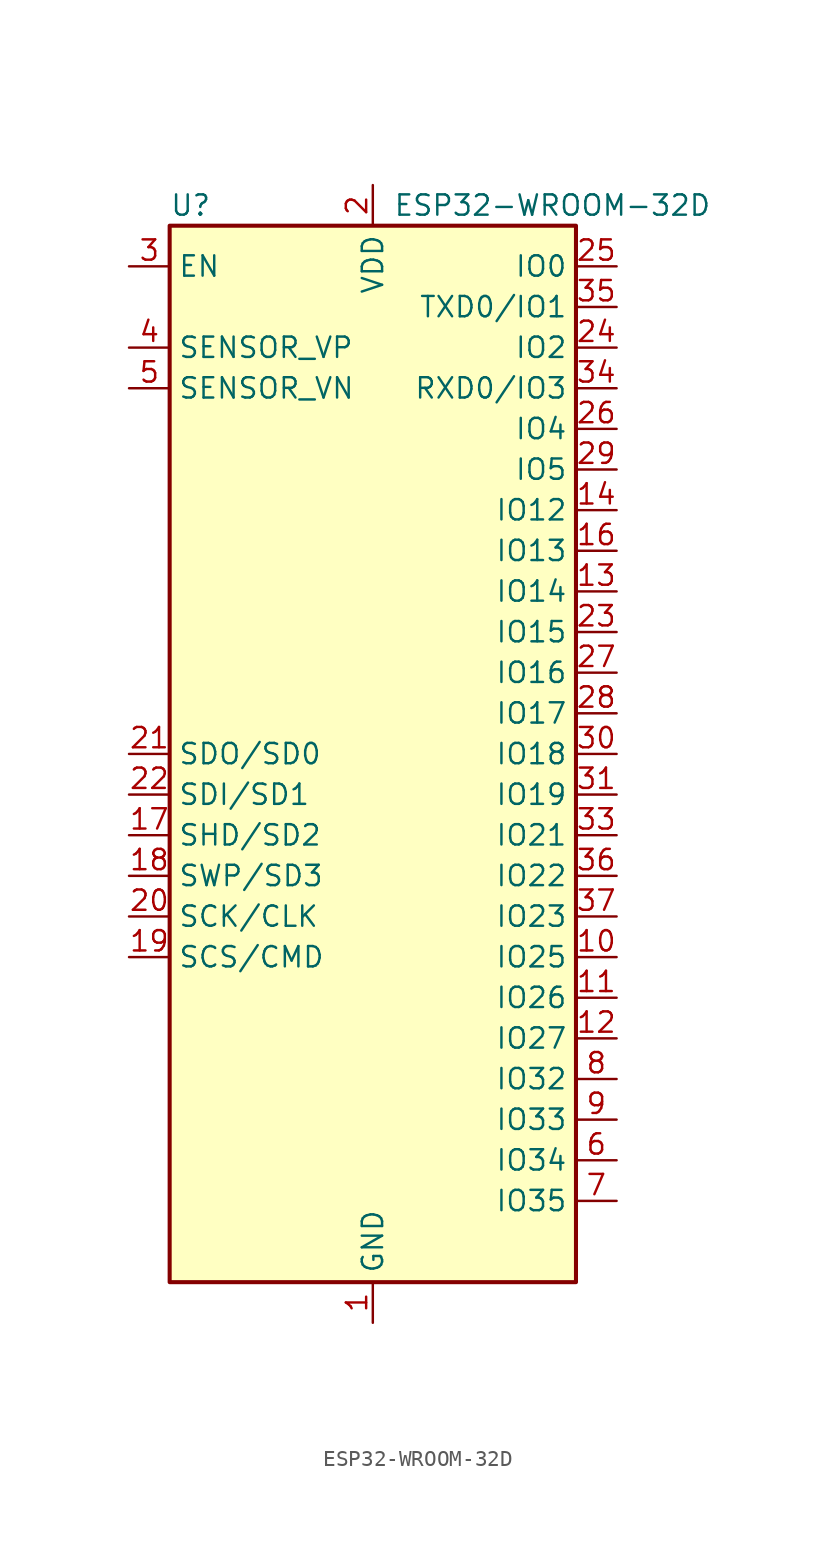
<source format=kicad_sym>
(kicad_symbol_lib
  (version 20211014)
  (generator kicad_symbol_editor)
  (symbol "ESP32-WROOM-32D"
    (property "Reference" "U"
      (at -12.7 34.29 0)
      (effects (font (size 1.27 1.27)) (justify left)))
    (property "Value" "ESP32-WROOM-32D"
      (at 1.27 34.29 0)
      (effects (font (size 1.27 1.27)) (justify left)))
    (symbol "ESP32-WROOM-32D_0_1"
      (rectangle (start -12.7 33.02) (end 12.7 -33.02) (stroke (width 0.254) (type default) (color 0 0 0 0)) (fill (type background))))
    (symbol "ESP32-WROOM-32D_1_1"
      (pin power_in line (at 0 -35.56 90) (length 2.54) (name "GND" (effects (font (size 1.27 1.27)))) (number "1" (effects (font (size 1.27 1.27)))))
      (pin bidirectional line (at 15.24 -12.7 180) (length 2.54) (name "IO25" (effects (font (size 1.27 1.27)))) (number "10" (effects (font (size 1.27 1.27)))))
      (pin bidirectional line (at 15.24 -15.24 180) (length 2.54) (name "IO26" (effects (font (size 1.27 1.27)))) (number "11" (effects (font (size 1.27 1.27)))))
      (pin bidirectional line (at 15.24 -17.78 180) (length 2.54) (name "IO27" (effects (font (size 1.27 1.27)))) (number "12" (effects (font (size 1.27 1.27)))))
      (pin bidirectional line (at 15.24 10.16 180) (length 2.54) (name "IO14" (effects (font (size 1.27 1.27)))) (number "13" (effects (font (size 1.27 1.27)))))
      (pin bidirectional line (at 15.24 15.24 180) (length 2.54) (name "IO12" (effects (font (size 1.27 1.27)))) (number "14" (effects (font (size 1.27 1.27)))))
      (pin passive line (at 0 -35.56 90) (length 2.54) hide (name "GND" (effects (font (size 1.27 1.27)))) (number "15" (effects (font (size 1.27 1.27)))))
      (pin bidirectional line (at 15.24 12.7 180) (length 2.54) (name "IO13" (effects (font (size 1.27 1.27)))) (number "16" (effects (font (size 1.27 1.27)))))
      (pin bidirectional line (at -15.24 -5.08 0) (length 2.54) (name "SHD/SD2" (effects (font (size 1.27 1.27)))) (number "17" (effects (font (size 1.27 1.27)))))
      (pin bidirectional line (at -15.24 -7.62 0) (length 2.54) (name "SWP/SD3" (effects (font (size 1.27 1.27)))) (number "18" (effects (font (size 1.27 1.27)))))
      (pin bidirectional line (at -15.24 -12.7 0) (length 2.54) (name "SCS/CMD" (effects (font (size 1.27 1.27)))) (number "19" (effects (font (size 1.27 1.27)))))
      (pin power_in line (at 0 35.56 270) (length 2.54) (name "VDD" (effects (font (size 1.27 1.27)))) (number "2" (effects (font (size 1.27 1.27)))))
      (pin bidirectional line (at -15.24 -10.16 0) (length 2.54) (name "SCK/CLK" (effects (font (size 1.27 1.27)))) (number "20" (effects (font (size 1.27 1.27)))))
      (pin bidirectional line (at -15.24 0 0) (length 2.54) (name "SDO/SD0" (effects (font (size 1.27 1.27)))) (number "21" (effects (font (size 1.27 1.27)))))
      (pin bidirectional line (at -15.24 -2.54 0) (length 2.54) (name "SDI/SD1" (effects (font (size 1.27 1.27)))) (number "22" (effects (font (size 1.27 1.27)))))
      (pin bidirectional line (at 15.24 7.62 180) (length 2.54) (name "IO15" (effects (font (size 1.27 1.27)))) (number "23" (effects (font (size 1.27 1.27)))))
      (pin bidirectional line (at 15.24 25.4 180) (length 2.54) (name "IO2" (effects (font (size 1.27 1.27)))) (number "24" (effects (font (size 1.27 1.27)))))
      (pin bidirectional line (at 15.24 30.48 180) (length 2.54) (name "IO0" (effects (font (size 1.27 1.27)))) (number "25" (effects (font (size 1.27 1.27)))))
      (pin bidirectional line (at 15.24 20.32 180) (length 2.54) (name "IO4" (effects (font (size 1.27 1.27)))) (number "26" (effects (font (size 1.27 1.27)))))
      (pin bidirectional line (at 15.24 5.08 180) (length 2.54) (name "IO16" (effects (font (size 1.27 1.27)))) (number "27" (effects (font (size 1.27 1.27)))))
      (pin bidirectional line (at 15.24 2.54 180) (length 2.54) (name "IO17" (effects (font (size 1.27 1.27)))) (number "28" (effects (font (size 1.27 1.27)))))
      (pin bidirectional line (at 15.24 17.78 180) (length 2.54) (name "IO5" (effects (font (size 1.27 1.27)))) (number "29" (effects (font (size 1.27 1.27)))))
      (pin input line (at -15.24 30.48 0) (length 2.54) (name "EN" (effects (font (size 1.27 1.27)))) (number "3" (effects (font (size 1.27 1.27)))))
      (pin bidirectional line (at 15.24 0 180) (length 2.54) (name "IO18" (effects (font (size 1.27 1.27)))) (number "30" (effects (font (size 1.27 1.27)))))
      (pin bidirectional line (at 15.24 -2.54 180) (length 2.54) (name "IO19" (effects (font (size 1.27 1.27)))) (number "31" (effects (font (size 1.27 1.27)))))
      (pin no_connect line (at -12.7 -27.94 0) (length 2.54) hide (name "NC" (effects (font (size 1.27 1.27)))) (number "32" (effects (font (size 1.27 1.27)))))
      (pin bidirectional line (at 15.24 -5.08 180) (length 2.54) (name "IO21" (effects (font (size 1.27 1.27)))) (number "33" (effects (font (size 1.27 1.27)))))
      (pin bidirectional line (at 15.24 22.86 180) (length 2.54) (name "RXD0/IO3" (effects (font (size 1.27 1.27)))) (number "34" (effects (font (size 1.27 1.27)))))
      (pin bidirectional line (at 15.24 27.94 180) (length 2.54) (name "TXD0/IO1" (effects (font (size 1.27 1.27)))) (number "35" (effects (font (size 1.27 1.27)))))
      (pin bidirectional line (at 15.24 -7.62 180) (length 2.54) (name "IO22" (effects (font (size 1.27 1.27)))) (number "36" (effects (font (size 1.27 1.27)))))
      (pin bidirectional line (at 15.24 -10.16 180) (length 2.54) (name "IO23" (effects (font (size 1.27 1.27)))) (number "37" (effects (font (size 1.27 1.27)))))
      (pin passive line (at 0 -35.56 90) (length 2.54) hide (name "GND" (effects (font (size 1.27 1.27)))) (number "38" (effects (font (size 1.27 1.27)))))
      (pin passive line (at 0 -35.56 90) (length 2.54) hide (name "GND" (effects (font (size 1.27 1.27)))) (number "39" (effects (font (size 1.27 1.27)))))
      (pin input line (at -15.24 25.4 0) (length 2.54) (name "SENSOR_VP" (effects (font (size 1.27 1.27)))) (number "4" (effects (font (size 1.27 1.27)))))
      (pin input line (at -15.24 22.86 0) (length 2.54) (name "SENSOR_VN" (effects (font (size 1.27 1.27)))) (number "5" (effects (font (size 1.27 1.27)))))
      (pin input line (at 15.24 -25.4 180) (length 2.54) (name "IO34" (effects (font (size 1.27 1.27)))) (number "6" (effects (font (size 1.27 1.27)))))
      (pin input line (at 15.24 -27.94 180) (length 2.54) (name "IO35" (effects (font (size 1.27 1.27)))) (number "7" (effects (font (size 1.27 1.27)))))
      (pin bidirectional line (at 15.24 -20.32 180) (length 2.54) (name "IO32" (effects (font (size 1.27 1.27)))) (number "8" (effects (font (size 1.27 1.27)))))
      (pin bidirectional line (at 15.24 -22.86 180) (length 2.54) (name "IO33" (effects (font (size 1.27 1.27)))) (number "9" (effects (font (size 1.27 1.27))))))))
</source>
